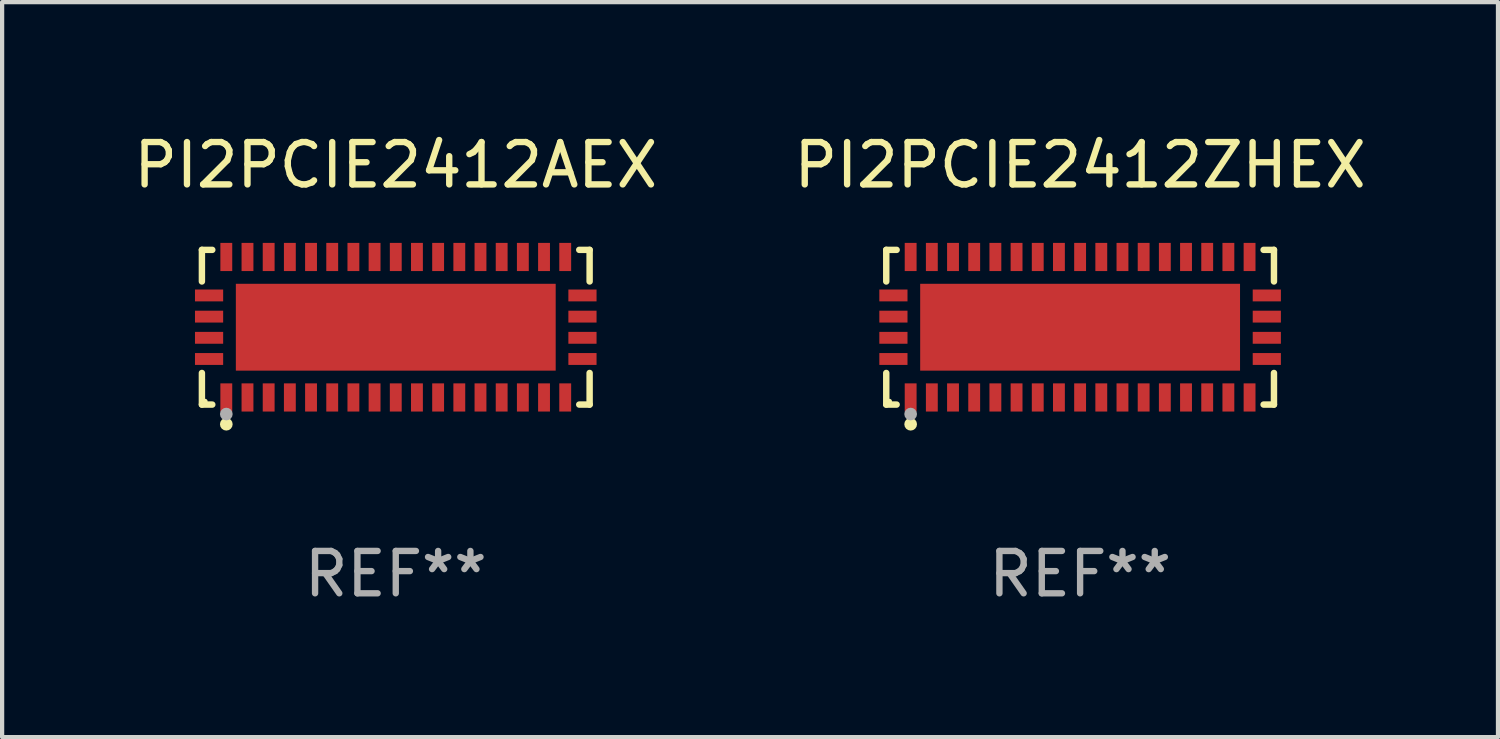
<source format=kicad_pcb>
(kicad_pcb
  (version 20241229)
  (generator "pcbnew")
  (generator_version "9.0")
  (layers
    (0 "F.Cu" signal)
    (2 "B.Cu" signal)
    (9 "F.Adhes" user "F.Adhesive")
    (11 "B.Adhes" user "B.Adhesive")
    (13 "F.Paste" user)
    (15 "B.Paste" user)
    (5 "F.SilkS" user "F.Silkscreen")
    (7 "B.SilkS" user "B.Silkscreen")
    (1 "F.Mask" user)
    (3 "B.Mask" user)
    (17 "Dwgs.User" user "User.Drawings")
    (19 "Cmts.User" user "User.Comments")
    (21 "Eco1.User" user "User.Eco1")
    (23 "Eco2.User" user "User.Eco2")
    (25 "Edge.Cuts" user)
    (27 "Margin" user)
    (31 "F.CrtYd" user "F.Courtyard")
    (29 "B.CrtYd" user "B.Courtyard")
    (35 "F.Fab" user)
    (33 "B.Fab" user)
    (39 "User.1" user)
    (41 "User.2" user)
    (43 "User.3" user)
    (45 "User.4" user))
  (footprint "PI2PCIE2412AEX"
    (layer "F.Cu")
    (at 6.292 4.674)
    (property "Reference" "PI2PCIE2412AEX" (at 0 -3.826 0) (layer "F.SilkS") (effects (font (size 1 1) (thickness 0.15))))
    (attr through_hole)
    (fp_line (start -4.576 -1.826) (end -4.331 -1.826) (stroke (width 0.152) (type solid)) (layer "F.SilkS"))
    (fp_line (start -4.576 -1.08) (end -4.576 -1.826) (stroke (width 0.152) (type solid)) (layer "F.SilkS"))
    (fp_line (start -4.576 1.08) (end -4.576 1.826) (stroke (width 0.152) (type solid)) (layer "F.SilkS"))
    (fp_line (start -4.576 1.826) (end -4.331 1.826) (stroke (width 0.152) (type solid)) (layer "F.SilkS"))
    (fp_line (start 4.576 -1.826) (end 4.331 -1.826) (stroke (width 0.152) (type solid)) (layer "F.SilkS"))
    (fp_line (start 4.576 -1.08) (end 4.576 -1.826) (stroke (width 0.152) (type solid)) (layer "F.SilkS"))
    (fp_line (start 4.576 1.08) (end 4.576 1.826) (stroke (width 0.152) (type solid)) (layer "F.SilkS"))
    (fp_line (start 4.576 1.826) (end 4.331 1.826) (stroke (width 0.152) (type solid)) (layer "F.SilkS"))
    (fp_circle (center -4.5 1.75) (end -4.47 1.75) (stroke (width 0.06) (type solid)) (fill no) (layer "F.SilkS"))
    (fp_circle (center -4 2.29) (end -3.925 2.29) (stroke (width 0.15) (type solid)) (fill no) (layer "F.SilkS"))
    (fp_circle (center -4 2.05) (end -3.925 2.05) (stroke (width 0.15) (type solid)) (fill no) (layer "F.Fab"))
    (fp_text user "REF**" (at 0 5.826 0) (layer "F.Fab") (effects (font (size 1 1) (thickness 0.15))))
    (pad "1" smd rect (at -4 1.658) (size 0.28 0.665) (layers "F.Cu" "F.Mask" "F.Paste"))
    (pad "2" smd rect (at -3.5 1.658) (size 0.28 0.665) (layers "F.Cu" "F.Mask" "F.Paste"))
    (pad "3" smd rect (at -3 1.658) (size 0.28 0.665) (layers "F.Cu" "F.Mask" "F.Paste"))
    (pad "4" smd rect (at -2.5 1.658) (size 0.28 0.665) (layers "F.Cu" "F.Mask" "F.Paste"))
    (pad "5" smd rect (at -2 1.658) (size 0.28 0.665) (layers "F.Cu" "F.Mask" "F.Paste"))
    (pad "6" smd rect (at -1.5 1.658) (size 0.28 0.665) (layers "F.Cu" "F.Mask" "F.Paste"))
    (pad "7" smd rect (at -1 1.658) (size 0.28 0.665) (layers "F.Cu" "F.Mask" "F.Paste"))
    (pad "8" smd rect (at -0.5 1.658) (size 0.28 0.665) (layers "F.Cu" "F.Mask" "F.Paste"))
    (pad "9" smd rect (at 0 1.658) (size 0.28 0.665) (layers "F.Cu" "F.Mask" "F.Paste"))
    (pad "10" smd rect (at 0.5 1.658) (size 0.28 0.665) (layers "F.Cu" "F.Mask" "F.Paste"))
    (pad "11" smd rect (at 1 1.658) (size 0.28 0.665) (layers "F.Cu" "F.Mask" "F.Paste"))
    (pad "12" smd rect (at 1.5 1.658) (size 0.28 0.665) (layers "F.Cu" "F.Mask" "F.Paste"))
    (pad "13" smd rect (at 2 1.658) (size 0.28 0.665) (layers "F.Cu" "F.Mask" "F.Paste"))
    (pad "14" smd rect (at 2.5 1.658) (size 0.28 0.665) (layers "F.Cu" "F.Mask" "F.Paste"))
    (pad "15" smd rect (at 3 1.658) (size 0.28 0.665) (layers "F.Cu" "F.Mask" "F.Paste"))
    (pad "16" smd rect (at 3.5 1.658) (size 0.28 0.665) (layers "F.Cu" "F.Mask" "F.Paste"))
    (pad "17" smd rect (at 4 1.658) (size 0.28 0.665) (layers "F.Cu" "F.Mask" "F.Paste"))
    (pad "18" smd rect (at 4.407 0.75) (size 0.665 0.28) (layers "F.Cu" "F.Mask" "F.Paste"))
    (pad "19" smd rect (at 4.407 0.25) (size 0.665 0.28) (layers "F.Cu" "F.Mask" "F.Paste"))
    (pad "20" smd rect (at 4.407 -0.25) (size 0.665 0.28) (layers "F.Cu" "F.Mask" "F.Paste"))
    (pad "21" smd rect (at 4.407 -0.75) (size 0.665 0.28) (layers "F.Cu" "F.Mask" "F.Paste"))
    (pad "22" smd rect (at 4 -1.658) (size 0.28 0.665) (layers "F.Cu" "F.Mask" "F.Paste"))
    (pad "23" smd rect (at 3.5 -1.658) (size 0.28 0.665) (layers "F.Cu" "F.Mask" "F.Paste"))
    (pad "24" smd rect (at 3 -1.658) (size 0.28 0.665) (layers "F.Cu" "F.Mask" "F.Paste"))
    (pad "25" smd rect (at 2.5 -1.658) (size 0.28 0.665) (layers "F.Cu" "F.Mask" "F.Paste"))
    (pad "26" smd rect (at 2 -1.658) (size 0.28 0.665) (layers "F.Cu" "F.Mask" "F.Paste"))
    (pad "27" smd rect (at 1.5 -1.658) (size 0.28 0.665) (layers "F.Cu" "F.Mask" "F.Paste"))
    (pad "28" smd rect (at 1 -1.658) (size 0.28 0.665) (layers "F.Cu" "F.Mask" "F.Paste"))
    (pad "29" smd rect (at 0.5 -1.658) (size 0.28 0.665) (layers "F.Cu" "F.Mask" "F.Paste"))
    (pad "30" smd rect (at 0 -1.658) (size 0.28 0.665) (layers "F.Cu" "F.Mask" "F.Paste"))
    (pad "31" smd rect (at -0.5 -1.658) (size 0.28 0.665) (layers "F.Cu" "F.Mask" "F.Paste"))
    (pad "32" smd rect (at -1 -1.658) (size 0.28 0.665) (layers "F.Cu" "F.Mask" "F.Paste"))
    (pad "33" smd rect (at -1.5 -1.658) (size 0.28 0.665) (layers "F.Cu" "F.Mask" "F.Paste"))
    (pad "34" smd rect (at -2 -1.658) (size 0.28 0.665) (layers "F.Cu" "F.Mask" "F.Paste"))
    (pad "35" smd rect (at -2.5 -1.658) (size 0.28 0.665) (layers "F.Cu" "F.Mask" "F.Paste"))
    (pad "36" smd rect (at -3 -1.658) (size 0.28 0.665) (layers "F.Cu" "F.Mask" "F.Paste"))
    (pad "37" smd rect (at -3.5 -1.658) (size 0.28 0.665) (layers "F.Cu" "F.Mask" "F.Paste"))
    (pad "38" smd rect (at -4 -1.658) (size 0.28 0.665) (layers "F.Cu" "F.Mask" "F.Paste"))
    (pad "39" smd rect (at -4.407 -0.75) (size 0.665 0.28) (layers "F.Cu" "F.Mask" "F.Paste"))
    (pad "40" smd rect (at -4.407 -0.25) (size 0.665 0.28) (layers "F.Cu" "F.Mask" "F.Paste"))
    (pad "41" smd rect (at -4.407 0.25) (size 0.665 0.28) (layers "F.Cu" "F.Mask" "F.Paste"))
    (pad "42" smd rect (at -4.407 0.75) (size 0.665 0.28) (layers "F.Cu" "F.Mask" "F.Paste"))
    (pad "43" smd rect (at 0 0) (size 7.55 2.05) (layers "F.Cu" "F.Mask" "F.Paste")))
  (footprint "PI2PCIE2412ZHEX"
    (layer "F.Cu")
    (at 22.446 4.674)
    (property "Reference" "PI2PCIE2412ZHEX" (at 0 -3.826 0) (layer "F.SilkS") (effects (font (size 1 1) (thickness 0.15))))
    (attr through_hole)
    (fp_line (start -4.576 -1.826) (end -4.331 -1.826) (stroke (width 0.152) (type solid)) (layer "F.SilkS"))
    (fp_line (start -4.576 -1.08) (end -4.576 -1.826) (stroke (width 0.152) (type solid)) (layer "F.SilkS"))
    (fp_line (start -4.576 1.08) (end -4.576 1.826) (stroke (width 0.152) (type solid)) (layer "F.SilkS"))
    (fp_line (start -4.576 1.826) (end -4.331 1.826) (stroke (width 0.152) (type solid)) (layer "F.SilkS"))
    (fp_line (start 4.576 -1.826) (end 4.331 -1.826) (stroke (width 0.152) (type solid)) (layer "F.SilkS"))
    (fp_line (start 4.576 -1.08) (end 4.576 -1.826) (stroke (width 0.152) (type solid)) (layer "F.SilkS"))
    (fp_line (start 4.576 1.08) (end 4.576 1.826) (stroke (width 0.152) (type solid)) (layer "F.SilkS"))
    (fp_line (start 4.576 1.826) (end 4.331 1.826) (stroke (width 0.152) (type solid)) (layer "F.SilkS"))
    (fp_circle (center -4.5 1.75) (end -4.47 1.75) (stroke (width 0.06) (type solid)) (fill no) (layer "F.SilkS"))
    (fp_circle (center -4 2.29) (end -3.925 2.29) (stroke (width 0.15) (type solid)) (fill no) (layer "F.SilkS"))
    (fp_circle (center -4 2.05) (end -3.925 2.05) (stroke (width 0.15) (type solid)) (fill no) (layer "F.Fab"))
    (fp_text user "REF**" (at 0 5.826 0) (layer "F.Fab") (effects (font (size 1 1) (thickness 0.15))))
    (pad "1" smd rect (at -4 1.658) (size 0.28 0.665) (layers "F.Cu" "F.Mask" "F.Paste"))
    (pad "2" smd rect (at -3.5 1.658) (size 0.28 0.665) (layers "F.Cu" "F.Mask" "F.Paste"))
    (pad "3" smd rect (at -3 1.658) (size 0.28 0.665) (layers "F.Cu" "F.Mask" "F.Paste"))
    (pad "4" smd rect (at -2.5 1.658) (size 0.28 0.665) (layers "F.Cu" "F.Mask" "F.Paste"))
    (pad "5" smd rect (at -2 1.658) (size 0.28 0.665) (layers "F.Cu" "F.Mask" "F.Paste"))
    (pad "6" smd rect (at -1.5 1.658) (size 0.28 0.665) (layers "F.Cu" "F.Mask" "F.Paste"))
    (pad "7" smd rect (at -1 1.658) (size 0.28 0.665) (layers "F.Cu" "F.Mask" "F.Paste"))
    (pad "8" smd rect (at -0.5 1.658) (size 0.28 0.665) (layers "F.Cu" "F.Mask" "F.Paste"))
    (pad "9" smd rect (at 0 1.658) (size 0.28 0.665) (layers "F.Cu" "F.Mask" "F.Paste"))
    (pad "10" smd rect (at 0.5 1.658) (size 0.28 0.665) (layers "F.Cu" "F.Mask" "F.Paste"))
    (pad "11" smd rect (at 1 1.658) (size 0.28 0.665) (layers "F.Cu" "F.Mask" "F.Paste"))
    (pad "12" smd rect (at 1.5 1.658) (size 0.28 0.665) (layers "F.Cu" "F.Mask" "F.Paste"))
    (pad "13" smd rect (at 2 1.658) (size 0.28 0.665) (layers "F.Cu" "F.Mask" "F.Paste"))
    (pad "14" smd rect (at 2.5 1.658) (size 0.28 0.665) (layers "F.Cu" "F.Mask" "F.Paste"))
    (pad "15" smd rect (at 3 1.658) (size 0.28 0.665) (layers "F.Cu" "F.Mask" "F.Paste"))
    (pad "16" smd rect (at 3.5 1.658) (size 0.28 0.665) (layers "F.Cu" "F.Mask" "F.Paste"))
    (pad "17" smd rect (at 4 1.658) (size 0.28 0.665) (layers "F.Cu" "F.Mask" "F.Paste"))
    (pad "18" smd rect (at 4.407 0.75) (size 0.665 0.28) (layers "F.Cu" "F.Mask" "F.Paste"))
    (pad "19" smd rect (at 4.407 0.25) (size 0.665 0.28) (layers "F.Cu" "F.Mask" "F.Paste"))
    (pad "20" smd rect (at 4.407 -0.25) (size 0.665 0.28) (layers "F.Cu" "F.Mask" "F.Paste"))
    (pad "21" smd rect (at 4.407 -0.75) (size 0.665 0.28) (layers "F.Cu" "F.Mask" "F.Paste"))
    (pad "22" smd rect (at 4 -1.658) (size 0.28 0.665) (layers "F.Cu" "F.Mask" "F.Paste"))
    (pad "23" smd rect (at 3.5 -1.658) (size 0.28 0.665) (layers "F.Cu" "F.Mask" "F.Paste"))
    (pad "24" smd rect (at 3 -1.658) (size 0.28 0.665) (layers "F.Cu" "F.Mask" "F.Paste"))
    (pad "25" smd rect (at 2.5 -1.658) (size 0.28 0.665) (layers "F.Cu" "F.Mask" "F.Paste"))
    (pad "26" smd rect (at 2 -1.658) (size 0.28 0.665) (layers "F.Cu" "F.Mask" "F.Paste"))
    (pad "27" smd rect (at 1.5 -1.658) (size 0.28 0.665) (layers "F.Cu" "F.Mask" "F.Paste"))
    (pad "28" smd rect (at 1 -1.658) (size 0.28 0.665) (layers "F.Cu" "F.Mask" "F.Paste"))
    (pad "29" smd rect (at 0.5 -1.658) (size 0.28 0.665) (layers "F.Cu" "F.Mask" "F.Paste"))
    (pad "30" smd rect (at 0 -1.658) (size 0.28 0.665) (layers "F.Cu" "F.Mask" "F.Paste"))
    (pad "31" smd rect (at -0.5 -1.658) (size 0.28 0.665) (layers "F.Cu" "F.Mask" "F.Paste"))
    (pad "32" smd rect (at -1 -1.658) (size 0.28 0.665) (layers "F.Cu" "F.Mask" "F.Paste"))
    (pad "33" smd rect (at -1.5 -1.658) (size 0.28 0.665) (layers "F.Cu" "F.Mask" "F.Paste"))
    (pad "34" smd rect (at -2 -1.658) (size 0.28 0.665) (layers "F.Cu" "F.Mask" "F.Paste"))
    (pad "35" smd rect (at -2.5 -1.658) (size 0.28 0.665) (layers "F.Cu" "F.Mask" "F.Paste"))
    (pad "36" smd rect (at -3 -1.658) (size 0.28 0.665) (layers "F.Cu" "F.Mask" "F.Paste"))
    (pad "37" smd rect (at -3.5 -1.658) (size 0.28 0.665) (layers "F.Cu" "F.Mask" "F.Paste"))
    (pad "38" smd rect (at -4 -1.658) (size 0.28 0.665) (layers "F.Cu" "F.Mask" "F.Paste"))
    (pad "39" smd rect (at -4.407 -0.75) (size 0.665 0.28) (layers "F.Cu" "F.Mask" "F.Paste"))
    (pad "40" smd rect (at -4.407 -0.25) (size 0.665 0.28) (layers "F.Cu" "F.Mask" "F.Paste"))
    (pad "41" smd rect (at -4.407 0.25) (size 0.665 0.28) (layers "F.Cu" "F.Mask" "F.Paste"))
    (pad "42" smd rect (at -4.407 0.75) (size 0.665 0.28) (layers "F.Cu" "F.Mask" "F.Paste"))
    (pad "43" smd rect (at 0 0) (size 7.55 2.05) (layers "F.Cu" "F.Mask" "F.Paste")))
  (gr_rect
    (start -3 -3)
    (end 32.31 14.349)
    (stroke (width 0.1) (type default))
    (fill no)
    (layer "Edge.Cuts")))
</source>
